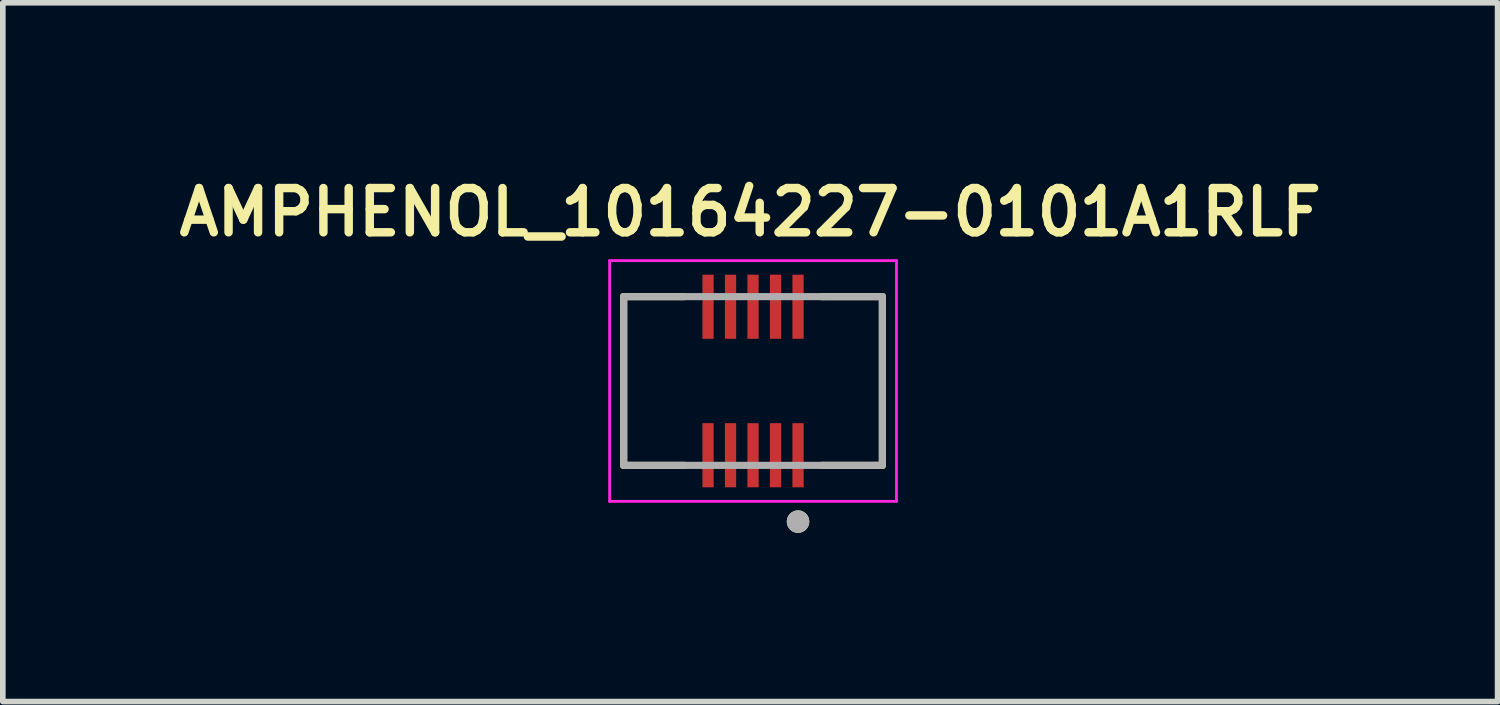
<source format=kicad_pcb>
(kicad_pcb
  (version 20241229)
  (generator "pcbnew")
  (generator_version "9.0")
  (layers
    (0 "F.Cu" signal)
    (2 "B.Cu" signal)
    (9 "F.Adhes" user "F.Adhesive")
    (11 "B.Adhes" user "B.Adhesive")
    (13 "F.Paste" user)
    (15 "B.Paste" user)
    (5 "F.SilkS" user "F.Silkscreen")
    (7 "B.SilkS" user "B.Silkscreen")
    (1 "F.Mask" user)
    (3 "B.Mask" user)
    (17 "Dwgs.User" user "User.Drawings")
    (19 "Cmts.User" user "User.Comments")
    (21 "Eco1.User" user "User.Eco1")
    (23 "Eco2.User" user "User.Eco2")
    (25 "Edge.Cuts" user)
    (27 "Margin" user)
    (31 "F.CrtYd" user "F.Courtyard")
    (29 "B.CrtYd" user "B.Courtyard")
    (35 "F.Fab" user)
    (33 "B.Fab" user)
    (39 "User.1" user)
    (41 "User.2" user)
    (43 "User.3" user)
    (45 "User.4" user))
  (footprint "AMPHENOL_10164227-0101A1RLF"
    (layer "F.Cu")
    (at 10.339 3.724)
    (property "Reference" "AMPHENOL_10164227-0101A1RLF" (at -0.05 -3 0) (layer "F.SilkS") (effects (font (size 0.787 0.787) (thickness 0.15))))
    (attr smd)
    (fp_poly (pts (xy -0.95 -1.94) (xy -0.65 -1.94) (xy -0.65 -1.19) (xy -0.95 -1.19)) (stroke (width 0.01) (type solid)) (fill yes) (layer "F.Mask"))
    (fp_poly (pts (xy -0.95 1.19) (xy -0.65 1.19) (xy -0.65 1.94) (xy -0.95 1.94)) (stroke (width 0.01) (type solid)) (fill yes) (layer "F.Mask"))
    (fp_poly (pts (xy -0.55 -1.94) (xy -0.25 -1.94) (xy -0.25 -1.19) (xy -0.55 -1.19)) (stroke (width 0.01) (type solid)) (fill yes) (layer "F.Mask"))
    (fp_poly (pts (xy -0.55 1.19) (xy -0.25 1.19) (xy -0.25 1.94) (xy -0.55 1.94)) (stroke (width 0.01) (type solid)) (fill yes) (layer "F.Mask"))
    (fp_poly (pts (xy -0.15 -1.94) (xy 0.15 -1.94) (xy 0.15 -1.19) (xy -0.15 -1.19)) (stroke (width 0.01) (type solid)) (fill yes) (layer "F.Mask"))
    (fp_poly (pts (xy -0.15 1.19) (xy 0.15 1.19) (xy 0.15 1.94) (xy -0.15 1.94)) (stroke (width 0.01) (type solid)) (fill yes) (layer "F.Mask"))
    (fp_poly (pts (xy 0.25 -1.94) (xy 0.55 -1.94) (xy 0.55 -1.19) (xy 0.25 -1.19)) (stroke (width 0.01) (type solid)) (fill yes) (layer "F.Mask"))
    (fp_poly (pts (xy 0.25 1.19) (xy 0.55 1.19) (xy 0.55 1.94) (xy 0.25 1.94)) (stroke (width 0.01) (type solid)) (fill yes) (layer "F.Mask"))
    (fp_poly (pts (xy 0.65 -1.94) (xy 0.95 -1.94) (xy 0.95 -1.19) (xy 0.65 -1.19)) (stroke (width 0.01) (type solid)) (fill yes) (layer "F.Mask"))
    (fp_poly (pts (xy 0.65 1.19) (xy 0.95 1.19) (xy 0.95 1.94) (xy 0.65 1.94)) (stroke (width 0.01) (type solid)) (fill yes) (layer "F.Mask"))
    (fp_line (start -2.3 -1.5) (end -2.3 1.5) (stroke (width 0.127) (type solid)) (layer "F.SilkS"))
    (fp_line (start -2.3 1.5) (end -1.22 1.5) (stroke (width 0.127) (type solid)) (layer "F.SilkS"))
    (fp_line (start -1.22 -1.5) (end -2.3 -1.5) (stroke (width 0.127) (type solid)) (layer "F.SilkS"))
    (fp_line (start 1.22 1.5) (end 2.3 1.5) (stroke (width 0.127) (type solid)) (layer "F.SilkS"))
    (fp_line (start 2.3 -1.5) (end 1.22 -1.5) (stroke (width 0.127) (type solid)) (layer "F.SilkS"))
    (fp_line (start 2.3 1.5) (end 2.3 -1.5) (stroke (width 0.127) (type solid)) (layer "F.SilkS"))
    (fp_circle (center 0.8 2.5) (end 0.9 2.5) (stroke (width 0.2) (type solid)) (fill no) (layer "F.SilkS"))
    (fp_poly (pts (xy -0.889 -1.853) (xy -0.711 -1.853) (xy -0.711 -1.227) (xy -0.889 -1.227)) (stroke (width 0.01) (type solid)) (fill yes) (layer "F.Paste"))
    (fp_poly (pts (xy -0.889 1.227) (xy -0.711 1.227) (xy -0.711 1.853) (xy -0.889 1.853)) (stroke (width 0.01) (type solid)) (fill yes) (layer "F.Paste"))
    (fp_poly (pts (xy -0.489 -1.853) (xy -0.31 -1.853) (xy -0.31 -1.227) (xy -0.489 -1.227)) (stroke (width 0.01) (type solid)) (fill yes) (layer "F.Paste"))
    (fp_poly (pts (xy -0.489 1.227) (xy -0.31 1.227) (xy -0.31 1.853) (xy -0.489 1.853)) (stroke (width 0.01) (type solid)) (fill yes) (layer "F.Paste"))
    (fp_poly (pts (xy -0.089 -1.853) (xy 0.089 -1.853) (xy 0.089 -1.227) (xy -0.089 -1.227)) (stroke (width 0.01) (type solid)) (fill yes) (layer "F.Paste"))
    (fp_poly (pts (xy -0.089 1.227) (xy 0.089 1.227) (xy 0.089 1.853) (xy -0.089 1.853)) (stroke (width 0.01) (type solid)) (fill yes) (layer "F.Paste"))
    (fp_poly (pts (xy 0.31 -1.853) (xy 0.489 -1.853) (xy 0.489 -1.227) (xy 0.31 -1.227)) (stroke (width 0.01) (type solid)) (fill yes) (layer "F.Paste"))
    (fp_poly (pts (xy 0.31 1.227) (xy 0.489 1.227) (xy 0.489 1.853) (xy 0.31 1.853)) (stroke (width 0.01) (type solid)) (fill yes) (layer "F.Paste"))
    (fp_poly (pts (xy 0.711 -1.853) (xy 0.889 -1.853) (xy 0.889 -1.227) (xy 0.711 -1.227)) (stroke (width 0.01) (type solid)) (fill yes) (layer "F.Paste"))
    (fp_poly (pts (xy 0.711 1.227) (xy 0.889 1.227) (xy 0.889 1.853) (xy 0.711 1.853)) (stroke (width 0.01) (type solid)) (fill yes) (layer "F.Paste"))
    (fp_line (start -2.55 -2.14) (end -2.55 2.14) (stroke (width 0.05) (type solid)) (layer "F.CrtYd"))
    (fp_line (start -2.55 2.14) (end 2.55 2.14) (stroke (width 0.05) (type solid)) (layer "F.CrtYd"))
    (fp_line (start 2.55 -2.14) (end -2.55 -2.14) (stroke (width 0.05) (type solid)) (layer "F.CrtYd"))
    (fp_line (start 2.55 2.14) (end 2.55 -2.14) (stroke (width 0.05) (type solid)) (layer "F.CrtYd"))
    (fp_line (start -2.3 -1.5) (end -2.3 1.5) (stroke (width 0.127) (type solid)) (layer "F.Fab"))
    (fp_line (start -2.3 1.5) (end 2.3 1.5) (stroke (width 0.127) (type solid)) (layer "F.Fab"))
    (fp_line (start 2.3 -1.5) (end -2.3 -1.5) (stroke (width 0.127) (type solid)) (layer "F.Fab"))
    (fp_line (start 2.3 1.5) (end 2.3 -1.5) (stroke (width 0.127) (type solid)) (layer "F.Fab"))
    (fp_circle (center 0.8 2.5) (end 0.9 2.5) (stroke (width 0.2) (type solid)) (fill no) (layer "F.Fab"))
    (pad "1" smd rect (at 0.8 1.32) (size 0.2 1.14) (layers "F.Cu"))
    (pad "2" smd rect (at 0.8 -1.32) (size 0.2 1.14) (layers "F.Cu"))
    (pad "3" smd rect (at 0.4 1.32) (size 0.2 1.14) (layers "F.Cu"))
    (pad "4" smd rect (at 0.4 -1.32) (size 0.2 1.14) (layers "F.Cu"))
    (pad "5" smd rect (at 0 1.32) (size 0.2 1.14) (layers "F.Cu"))
    (pad "6" smd rect (at 0 -1.32) (size 0.2 1.14) (layers "F.Cu"))
    (pad "7" smd rect (at -0.4 1.32) (size 0.2 1.14) (layers "F.Cu"))
    (pad "8" smd rect (at -0.4 -1.32) (size 0.2 1.14) (layers "F.Cu"))
    (pad "9" smd rect (at -0.8 1.32) (size 0.2 1.14) (layers "F.Cu"))
    (pad "10" smd rect (at -0.8 -1.32) (size 0.2 1.14) (layers "F.Cu")))
  (gr_rect
    (start -3 -3)
    (end 23.577 9.424)
    (stroke (width 0.1) (type default))
    (fill no)
    (layer "Edge.Cuts")))
</source>
